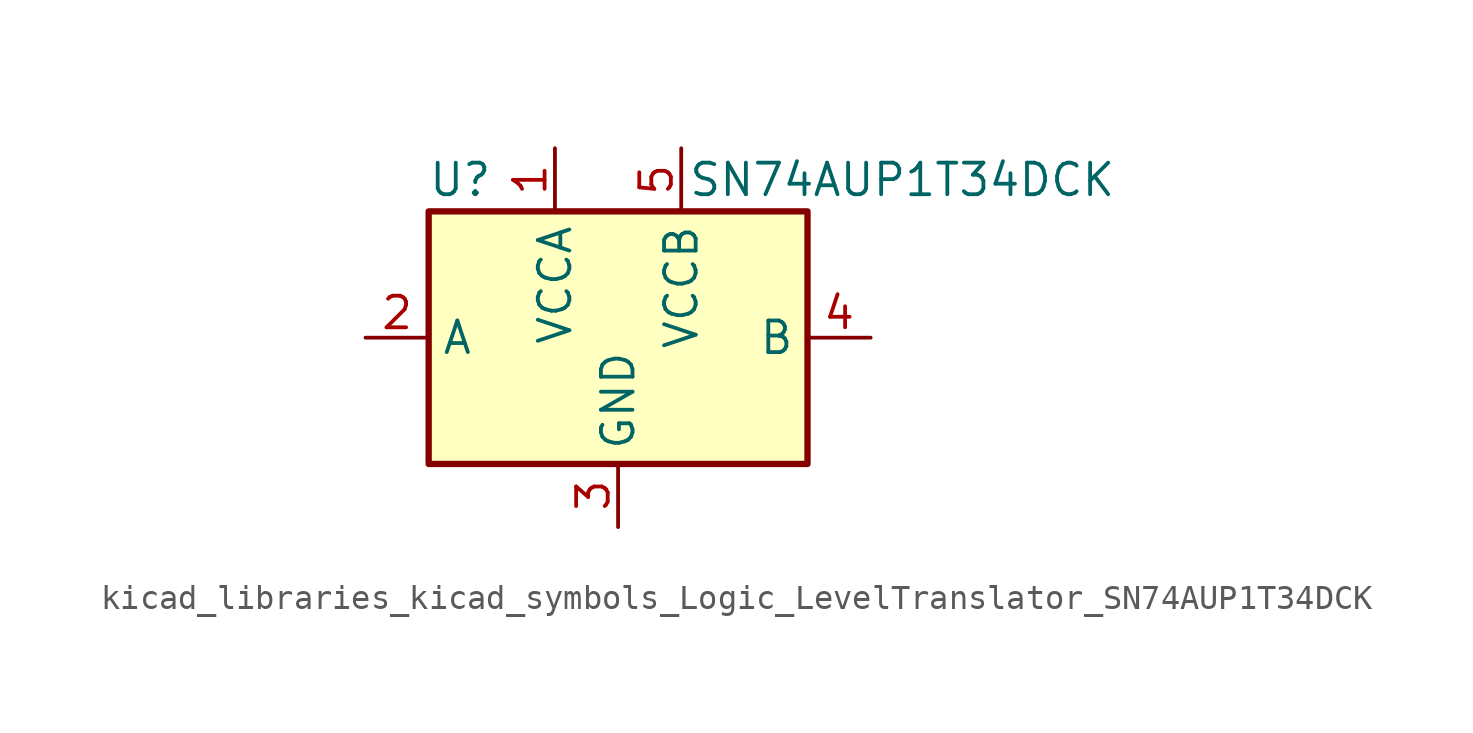
<source format=kicad_sym>
(kicad_symbol_lib
  (version 20220914)
  (generator kicad_symbol_editor)
  (symbol "kicad_libraries_kicad_symbols_Logic_LevelTranslator_SN74AUP1T34DCK"
    (property "Reference" "U"
      (at -6.35 6.35 0)
      (effects (font (size 1.27 1.27))))
    (property "Value" "SN74AUP1T34DCK"
      (at 11.43 6.35 0)
      (effects (font (size 1.27 1.27))))
    (symbol "kicad_libraries_kicad_symbols_Logic_LevelTranslator_SN74AUP1T34DCK_0_1"
      (rectangle (start -7.62 -5.08) (end 7.62 5.08) (stroke (width 0.254) (type default)) (fill (type background)))
      (pin power_in line (at -2.54 7.62 270) (length 2.54) (name "VCCA" (effects (font (size 1.27 1.27)))) (number "1" (effects (font (size 1.27 1.27)))))
      (pin input line (at -10.16 0 0) (length 2.54) (name "A" (effects (font (size 1.27 1.27)))) (number "2" (effects (font (size 1.27 1.27)))))
      (pin power_in line (at 0 -7.62 90) (length 2.54) (name "GND" (effects (font (size 1.27 1.27)))) (number "3" (effects (font (size 1.27 1.27)))))
      (pin output line (at 10.16 0 180) (length 2.54) (name "B" (effects (font (size 1.27 1.27)))) (number "4" (effects (font (size 1.27 1.27)))))
      (pin power_in line (at 2.54 7.62 270) (length 2.54) (name "VCCB" (effects (font (size 1.27 1.27)))) (number "5" (effects (font (size 1.27 1.27))))))))
</source>
